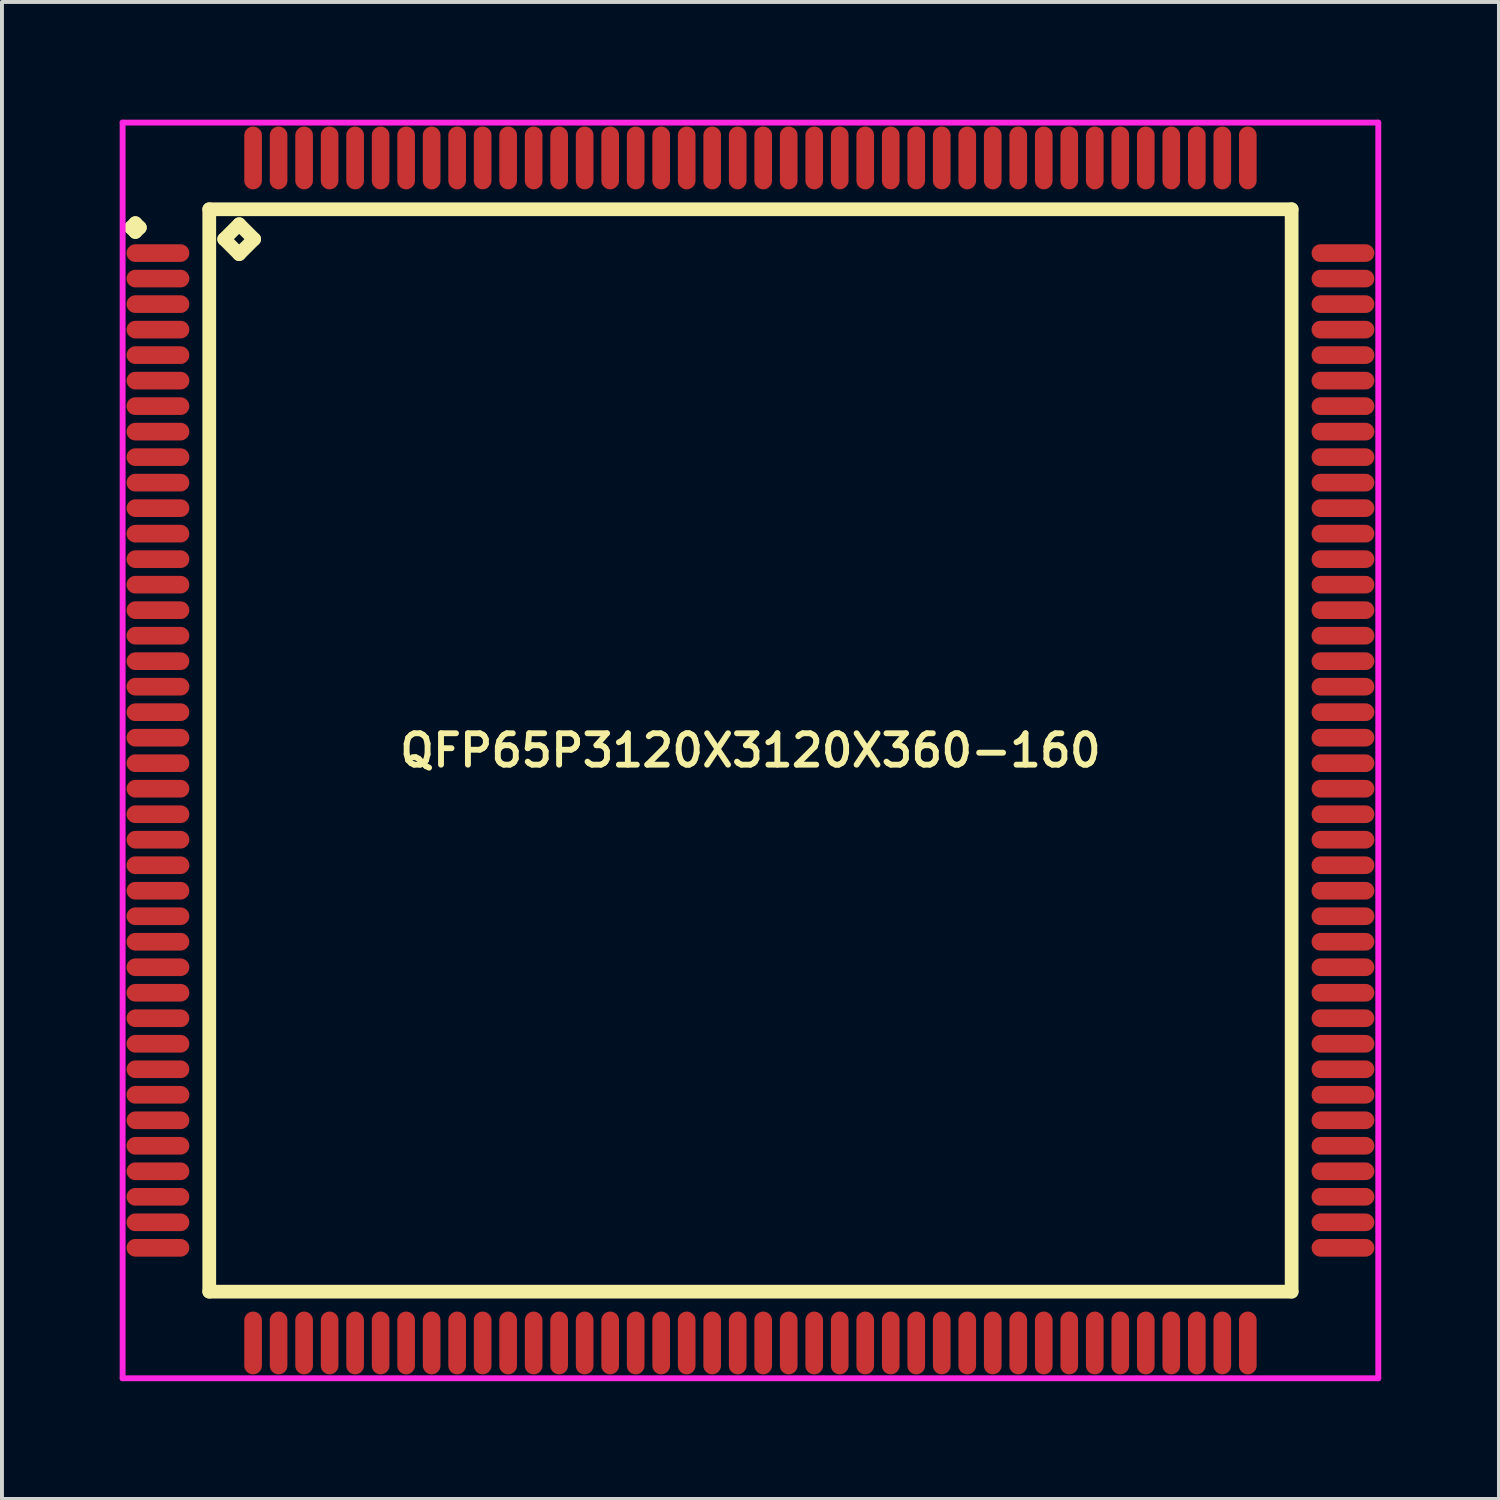
<source format=kicad_pcb>
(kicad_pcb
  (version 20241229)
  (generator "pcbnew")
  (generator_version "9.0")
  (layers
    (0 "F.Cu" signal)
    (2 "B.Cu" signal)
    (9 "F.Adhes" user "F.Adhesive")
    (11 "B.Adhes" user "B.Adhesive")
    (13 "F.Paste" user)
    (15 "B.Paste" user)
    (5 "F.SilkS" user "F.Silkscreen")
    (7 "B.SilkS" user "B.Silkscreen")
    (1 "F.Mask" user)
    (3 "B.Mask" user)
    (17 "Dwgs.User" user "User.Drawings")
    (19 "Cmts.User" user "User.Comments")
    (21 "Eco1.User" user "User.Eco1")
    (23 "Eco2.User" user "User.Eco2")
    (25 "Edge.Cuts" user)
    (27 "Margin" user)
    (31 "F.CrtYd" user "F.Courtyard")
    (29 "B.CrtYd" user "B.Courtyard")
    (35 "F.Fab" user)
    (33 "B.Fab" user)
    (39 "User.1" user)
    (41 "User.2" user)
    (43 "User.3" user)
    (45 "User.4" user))
  (footprint "QFP65P3120X3120X360-160"
    (layer "F.Cu")
    (at 16.075 16.075)
    (property "Reference" "QFP65P3120X3120X360-160" (at 0 0 0) (layer "F.SilkS") (effects (font (size 0.8 0.8) (thickness 0.15))))
    (attr smd)
    (fp_line (start -15.787 -13.325) (end -15.675 -13.438) (stroke (width 0.35) (type solid)) (layer "F.SilkS"))
    (fp_line (start -15.675 -13.438) (end -15.562 -13.325) (stroke (width 0.35) (type solid)) (layer "F.SilkS"))
    (fp_line (start -15.675 -13.213) (end -15.787 -13.325) (stroke (width 0.35) (type solid)) (layer "F.SilkS"))
    (fp_line (start -15.562 -13.325) (end -15.675 -13.213) (stroke (width 0.35) (type solid)) (layer "F.SilkS"))
    (fp_line (start -13.792 -13.792) (end -13.792 13.792) (stroke (width 0.35) (type solid)) (layer "F.SilkS"))
    (fp_line (start -13.792 13.792) (end 13.792 13.792) (stroke (width 0.35) (type solid)) (layer "F.SilkS"))
    (fp_line (start -13.411 -13.03) (end -13.03 -13.411) (stroke (width 0.35) (type solid)) (layer "F.SilkS"))
    (fp_line (start -13.03 -13.411) (end -12.649 -13.03) (stroke (width 0.35) (type solid)) (layer "F.SilkS"))
    (fp_line (start -13.03 -12.649) (end -13.411 -13.03) (stroke (width 0.35) (type solid)) (layer "F.SilkS"))
    (fp_line (start -12.649 -13.03) (end -13.03 -12.649) (stroke (width 0.35) (type solid)) (layer "F.SilkS"))
    (fp_line (start 13.792 -13.792) (end -13.792 -13.792) (stroke (width 0.35) (type solid)) (layer "F.SilkS"))
    (fp_line (start 13.792 13.792) (end 13.792 -13.792) (stroke (width 0.35) (type solid)) (layer "F.SilkS"))
    (fp_line (start -16 -16) (end 16 -16) (stroke (width 0.15) (type solid)) (layer "F.CrtYd"))
    (fp_line (start -16 16) (end -16 -16) (stroke (width 0.15) (type solid)) (layer "F.CrtYd"))
    (fp_line (start 16 -16) (end 16 16) (stroke (width 0.15) (type solid)) (layer "F.CrtYd"))
    (fp_line (start 16 16) (end -16 16) (stroke (width 0.15) (type solid)) (layer "F.CrtYd"))
    (pad "1" smd oval (at -15.1 -12.675) (size 1.6 0.45) (layers "F.Cu" "F.Mask" "F.Paste"))
    (pad "2" smd oval (at -15.1 -12.025) (size 1.6 0.45) (layers "F.Cu" "F.Mask" "F.Paste"))
    (pad "3" smd oval (at -15.1 -11.375) (size 1.6 0.45) (layers "F.Cu" "F.Mask" "F.Paste"))
    (pad "4" smd oval (at -15.1 -10.725) (size 1.6 0.45) (layers "F.Cu" "F.Mask" "F.Paste"))
    (pad "5" smd oval (at -15.1 -10.075) (size 1.6 0.45) (layers "F.Cu" "F.Mask" "F.Paste"))
    (pad "6" smd oval (at -15.1 -9.425) (size 1.6 0.45) (layers "F.Cu" "F.Mask" "F.Paste"))
    (pad "7" smd oval (at -15.1 -8.775) (size 1.6 0.45) (layers "F.Cu" "F.Mask" "F.Paste"))
    (pad "8" smd oval (at -15.1 -8.125) (size 1.6 0.45) (layers "F.Cu" "F.Mask" "F.Paste"))
    (pad "9" smd oval (at -15.1 -7.475) (size 1.6 0.45) (layers "F.Cu" "F.Mask" "F.Paste"))
    (pad "10" smd oval (at -15.1 -6.825) (size 1.6 0.45) (layers "F.Cu" "F.Mask" "F.Paste"))
    (pad "11" smd oval (at -15.1 -6.175) (size 1.6 0.45) (layers "F.Cu" "F.Mask" "F.Paste"))
    (pad "12" smd oval (at -15.1 -5.525) (size 1.6 0.45) (layers "F.Cu" "F.Mask" "F.Paste"))
    (pad "13" smd oval (at -15.1 -4.875) (size 1.6 0.45) (layers "F.Cu" "F.Mask" "F.Paste"))
    (pad "14" smd oval (at -15.1 -4.225) (size 1.6 0.45) (layers "F.Cu" "F.Mask" "F.Paste"))
    (pad "15" smd oval (at -15.1 -3.575) (size 1.6 0.45) (layers "F.Cu" "F.Mask" "F.Paste"))
    (pad "16" smd oval (at -15.1 -2.925) (size 1.6 0.45) (layers "F.Cu" "F.Mask" "F.Paste"))
    (pad "17" smd oval (at -15.1 -2.275) (size 1.6 0.45) (layers "F.Cu" "F.Mask" "F.Paste"))
    (pad "18" smd oval (at -15.1 -1.625) (size 1.6 0.45) (layers "F.Cu" "F.Mask" "F.Paste"))
    (pad "19" smd oval (at -15.1 -0.975) (size 1.6 0.45) (layers "F.Cu" "F.Mask" "F.Paste"))
    (pad "20" smd oval (at -15.1 -0.325) (size 1.6 0.45) (layers "F.Cu" "F.Mask" "F.Paste"))
    (pad "21" smd oval (at -15.1 0.325) (size 1.6 0.45) (layers "F.Cu" "F.Mask" "F.Paste"))
    (pad "22" smd oval (at -15.1 0.975) (size 1.6 0.45) (layers "F.Cu" "F.Mask" "F.Paste"))
    (pad "23" smd oval (at -15.1 1.625) (size 1.6 0.45) (layers "F.Cu" "F.Mask" "F.Paste"))
    (pad "24" smd oval (at -15.1 2.275) (size 1.6 0.45) (layers "F.Cu" "F.Mask" "F.Paste"))
    (pad "25" smd oval (at -15.1 2.925) (size 1.6 0.45) (layers "F.Cu" "F.Mask" "F.Paste"))
    (pad "26" smd oval (at -15.1 3.575) (size 1.6 0.45) (layers "F.Cu" "F.Mask" "F.Paste"))
    (pad "27" smd oval (at -15.1 4.225) (size 1.6 0.45) (layers "F.Cu" "F.Mask" "F.Paste"))
    (pad "28" smd oval (at -15.1 4.875) (size 1.6 0.45) (layers "F.Cu" "F.Mask" "F.Paste"))
    (pad "29" smd oval (at -15.1 5.525) (size 1.6 0.45) (layers "F.Cu" "F.Mask" "F.Paste"))
    (pad "30" smd oval (at -15.1 6.175) (size 1.6 0.45) (layers "F.Cu" "F.Mask" "F.Paste"))
    (pad "31" smd oval (at -15.1 6.825) (size 1.6 0.45) (layers "F.Cu" "F.Mask" "F.Paste"))
    (pad "32" smd oval (at -15.1 7.475) (size 1.6 0.45) (layers "F.Cu" "F.Mask" "F.Paste"))
    (pad "33" smd oval (at -15.1 8.125) (size 1.6 0.45) (layers "F.Cu" "F.Mask" "F.Paste"))
    (pad "34" smd oval (at -15.1 8.775) (size 1.6 0.45) (layers "F.Cu" "F.Mask" "F.Paste"))
    (pad "35" smd oval (at -15.1 9.425) (size 1.6 0.45) (layers "F.Cu" "F.Mask" "F.Paste"))
    (pad "36" smd oval (at -15.1 10.075) (size 1.6 0.45) (layers "F.Cu" "F.Mask" "F.Paste"))
    (pad "37" smd oval (at -15.1 10.725) (size 1.6 0.45) (layers "F.Cu" "F.Mask" "F.Paste"))
    (pad "38" smd oval (at -15.1 11.375) (size 1.6 0.45) (layers "F.Cu" "F.Mask" "F.Paste"))
    (pad "39" smd oval (at -15.1 12.025) (size 1.6 0.45) (layers "F.Cu" "F.Mask" "F.Paste"))
    (pad "40" smd oval (at -15.1 12.675) (size 1.6 0.45) (layers "F.Cu" "F.Mask" "F.Paste"))
    (pad "41" smd oval (at -12.675 15.1) (size 0.45 1.6) (layers "F.Cu" "F.Mask" "F.Paste"))
    (pad "42" smd oval (at -12.025 15.1) (size 0.45 1.6) (layers "F.Cu" "F.Mask" "F.Paste"))
    (pad "43" smd oval (at -11.375 15.1) (size 0.45 1.6) (layers "F.Cu" "F.Mask" "F.Paste"))
    (pad "44" smd oval (at -10.725 15.1) (size 0.45 1.6) (layers "F.Cu" "F.Mask" "F.Paste"))
    (pad "45" smd oval (at -10.075 15.1) (size 0.45 1.6) (layers "F.Cu" "F.Mask" "F.Paste"))
    (pad "46" smd oval (at -9.425 15.1) (size 0.45 1.6) (layers "F.Cu" "F.Mask" "F.Paste"))
    (pad "47" smd oval (at -8.775 15.1) (size 0.45 1.6) (layers "F.Cu" "F.Mask" "F.Paste"))
    (pad "48" smd oval (at -8.125 15.1) (size 0.45 1.6) (layers "F.Cu" "F.Mask" "F.Paste"))
    (pad "49" smd oval (at -7.475 15.1) (size 0.45 1.6) (layers "F.Cu" "F.Mask" "F.Paste"))
    (pad "50" smd oval (at -6.825 15.1) (size 0.45 1.6) (layers "F.Cu" "F.Mask" "F.Paste"))
    (pad "51" smd oval (at -6.175 15.1) (size 0.45 1.6) (layers "F.Cu" "F.Mask" "F.Paste"))
    (pad "52" smd oval (at -5.525 15.1) (size 0.45 1.6) (layers "F.Cu" "F.Mask" "F.Paste"))
    (pad "53" smd oval (at -4.875 15.1) (size 0.45 1.6) (layers "F.Cu" "F.Mask" "F.Paste"))
    (pad "54" smd oval (at -4.225 15.1) (size 0.45 1.6) (layers "F.Cu" "F.Mask" "F.Paste"))
    (pad "55" smd oval (at -3.575 15.1) (size 0.45 1.6) (layers "F.Cu" "F.Mask" "F.Paste"))
    (pad "56" smd oval (at -2.925 15.1) (size 0.45 1.6) (layers "F.Cu" "F.Mask" "F.Paste"))
    (pad "57" smd oval (at -2.275 15.1) (size 0.45 1.6) (layers "F.Cu" "F.Mask" "F.Paste"))
    (pad "58" smd oval (at -1.625 15.1) (size 0.45 1.6) (layers "F.Cu" "F.Mask" "F.Paste"))
    (pad "59" smd oval (at -0.975 15.1) (size 0.45 1.6) (layers "F.Cu" "F.Mask" "F.Paste"))
    (pad "60" smd oval (at -0.325 15.1) (size 0.45 1.6) (layers "F.Cu" "F.Mask" "F.Paste"))
    (pad "61" smd oval (at 0.325 15.1) (size 0.45 1.6) (layers "F.Cu" "F.Mask" "F.Paste"))
    (pad "62" smd oval (at 0.975 15.1) (size 0.45 1.6) (layers "F.Cu" "F.Mask" "F.Paste"))
    (pad "63" smd oval (at 1.625 15.1) (size 0.45 1.6) (layers "F.Cu" "F.Mask" "F.Paste"))
    (pad "64" smd oval (at 2.275 15.1) (size 0.45 1.6) (layers "F.Cu" "F.Mask" "F.Paste"))
    (pad "65" smd oval (at 2.925 15.1) (size 0.45 1.6) (layers "F.Cu" "F.Mask" "F.Paste"))
    (pad "66" smd oval (at 3.575 15.1) (size 0.45 1.6) (layers "F.Cu" "F.Mask" "F.Paste"))
    (pad "67" smd oval (at 4.225 15.1) (size 0.45 1.6) (layers "F.Cu" "F.Mask" "F.Paste"))
    (pad "68" smd oval (at 4.875 15.1) (size 0.45 1.6) (layers "F.Cu" "F.Mask" "F.Paste"))
    (pad "69" smd oval (at 5.525 15.1) (size 0.45 1.6) (layers "F.Cu" "F.Mask" "F.Paste"))
    (pad "70" smd oval (at 6.175 15.1) (size 0.45 1.6) (layers "F.Cu" "F.Mask" "F.Paste"))
    (pad "71" smd oval (at 6.825 15.1) (size 0.45 1.6) (layers "F.Cu" "F.Mask" "F.Paste"))
    (pad "72" smd oval (at 7.475 15.1) (size 0.45 1.6) (layers "F.Cu" "F.Mask" "F.Paste"))
    (pad "73" smd oval (at 8.125 15.1) (size 0.45 1.6) (layers "F.Cu" "F.Mask" "F.Paste"))
    (pad "74" smd oval (at 8.775 15.1) (size 0.45 1.6) (layers "F.Cu" "F.Mask" "F.Paste"))
    (pad "75" smd oval (at 9.425 15.1) (size 0.45 1.6) (layers "F.Cu" "F.Mask" "F.Paste"))
    (pad "76" smd oval (at 10.075 15.1) (size 0.45 1.6) (layers "F.Cu" "F.Mask" "F.Paste"))
    (pad "77" smd oval (at 10.725 15.1) (size 0.45 1.6) (layers "F.Cu" "F.Mask" "F.Paste"))
    (pad "78" smd oval (at 11.375 15.1) (size 0.45 1.6) (layers "F.Cu" "F.Mask" "F.Paste"))
    (pad "79" smd oval (at 12.025 15.1) (size 0.45 1.6) (layers "F.Cu" "F.Mask" "F.Paste"))
    (pad "80" smd oval (at 12.675 15.1) (size 0.45 1.6) (layers "F.Cu" "F.Mask" "F.Paste"))
    (pad "81" smd oval (at 15.1 12.675) (size 1.6 0.45) (layers "F.Cu" "F.Mask" "F.Paste"))
    (pad "82" smd oval (at 15.1 12.025) (size 1.6 0.45) (layers "F.Cu" "F.Mask" "F.Paste"))
    (pad "83" smd oval (at 15.1 11.375) (size 1.6 0.45) (layers "F.Cu" "F.Mask" "F.Paste"))
    (pad "84" smd oval (at 15.1 10.725) (size 1.6 0.45) (layers "F.Cu" "F.Mask" "F.Paste"))
    (pad "85" smd oval (at 15.1 10.075) (size 1.6 0.45) (layers "F.Cu" "F.Mask" "F.Paste"))
    (pad "86" smd oval (at 15.1 9.425) (size 1.6 0.45) (layers "F.Cu" "F.Mask" "F.Paste"))
    (pad "87" smd oval (at 15.1 8.775) (size 1.6 0.45) (layers "F.Cu" "F.Mask" "F.Paste"))
    (pad "88" smd oval (at 15.1 8.125) (size 1.6 0.45) (layers "F.Cu" "F.Mask" "F.Paste"))
    (pad "89" smd oval (at 15.1 7.475) (size 1.6 0.45) (layers "F.Cu" "F.Mask" "F.Paste"))
    (pad "90" smd oval (at 15.1 6.825) (size 1.6 0.45) (layers "F.Cu" "F.Mask" "F.Paste"))
    (pad "91" smd oval (at 15.1 6.175) (size 1.6 0.45) (layers "F.Cu" "F.Mask" "F.Paste"))
    (pad "92" smd oval (at 15.1 5.525) (size 1.6 0.45) (layers "F.Cu" "F.Mask" "F.Paste"))
    (pad "93" smd oval (at 15.1 4.875) (size 1.6 0.45) (layers "F.Cu" "F.Mask" "F.Paste"))
    (pad "94" smd oval (at 15.1 4.225) (size 1.6 0.45) (layers "F.Cu" "F.Mask" "F.Paste"))
    (pad "95" smd oval (at 15.1 3.575) (size 1.6 0.45) (layers "F.Cu" "F.Mask" "F.Paste"))
    (pad "96" smd oval (at 15.1 2.925) (size 1.6 0.45) (layers "F.Cu" "F.Mask" "F.Paste"))
    (pad "97" smd oval (at 15.1 2.275) (size 1.6 0.45) (layers "F.Cu" "F.Mask" "F.Paste"))
    (pad "98" smd oval (at 15.1 1.625) (size 1.6 0.45) (layers "F.Cu" "F.Mask" "F.Paste"))
    (pad "99" smd oval (at 15.1 0.975) (size 1.6 0.45) (layers "F.Cu" "F.Mask" "F.Paste"))
    (pad "100" smd oval (at 15.1 0.325) (size 1.6 0.45) (layers "F.Cu" "F.Mask" "F.Paste"))
    (pad "101" smd oval (at 15.1 -0.325) (size 1.6 0.45) (layers "F.Cu" "F.Mask" "F.Paste"))
    (pad "102" smd oval (at 15.1 -0.975) (size 1.6 0.45) (layers "F.Cu" "F.Mask" "F.Paste"))
    (pad "103" smd oval (at 15.1 -1.625) (size 1.6 0.45) (layers "F.Cu" "F.Mask" "F.Paste"))
    (pad "104" smd oval (at 15.1 -2.275) (size 1.6 0.45) (layers "F.Cu" "F.Mask" "F.Paste"))
    (pad "105" smd oval (at 15.1 -2.925) (size 1.6 0.45) (layers "F.Cu" "F.Mask" "F.Paste"))
    (pad "106" smd oval (at 15.1 -3.575) (size 1.6 0.45) (layers "F.Cu" "F.Mask" "F.Paste"))
    (pad "107" smd oval (at 15.1 -4.225) (size 1.6 0.45) (layers "F.Cu" "F.Mask" "F.Paste"))
    (pad "108" smd oval (at 15.1 -4.875) (size 1.6 0.45) (layers "F.Cu" "F.Mask" "F.Paste"))
    (pad "109" smd oval (at 15.1 -5.525) (size 1.6 0.45) (layers "F.Cu" "F.Mask" "F.Paste"))
    (pad "110" smd oval (at 15.1 -6.175) (size 1.6 0.45) (layers "F.Cu" "F.Mask" "F.Paste"))
    (pad "111" smd oval (at 15.1 -6.825) (size 1.6 0.45) (layers "F.Cu" "F.Mask" "F.Paste"))
    (pad "112" smd oval (at 15.1 -7.475) (size 1.6 0.45) (layers "F.Cu" "F.Mask" "F.Paste"))
    (pad "113" smd oval (at 15.1 -8.125) (size 1.6 0.45) (layers "F.Cu" "F.Mask" "F.Paste"))
    (pad "114" smd oval (at 15.1 -8.775) (size 1.6 0.45) (layers "F.Cu" "F.Mask" "F.Paste"))
    (pad "115" smd oval (at 15.1 -9.425) (size 1.6 0.45) (layers "F.Cu" "F.Mask" "F.Paste"))
    (pad "116" smd oval (at 15.1 -10.075) (size 1.6 0.45) (layers "F.Cu" "F.Mask" "F.Paste"))
    (pad "117" smd oval (at 15.1 -10.725) (size 1.6 0.45) (layers "F.Cu" "F.Mask" "F.Paste"))
    (pad "118" smd oval (at 15.1 -11.375) (size 1.6 0.45) (layers "F.Cu" "F.Mask" "F.Paste"))
    (pad "119" smd oval (at 15.1 -12.025) (size 1.6 0.45) (layers "F.Cu" "F.Mask" "F.Paste"))
    (pad "120" smd oval (at 15.1 -12.675) (size 1.6 0.45) (layers "F.Cu" "F.Mask" "F.Paste"))
    (pad "121" smd oval (at 12.675 -15.1) (size 0.45 1.6) (layers "F.Cu" "F.Mask" "F.Paste"))
    (pad "122" smd oval (at 12.025 -15.1) (size 0.45 1.6) (layers "F.Cu" "F.Mask" "F.Paste"))
    (pad "123" smd oval (at 11.375 -15.1) (size 0.45 1.6) (layers "F.Cu" "F.Mask" "F.Paste"))
    (pad "124" smd oval (at 10.725 -15.1) (size 0.45 1.6) (layers "F.Cu" "F.Mask" "F.Paste"))
    (pad "125" smd oval (at 10.075 -15.1) (size 0.45 1.6) (layers "F.Cu" "F.Mask" "F.Paste"))
    (pad "126" smd oval (at 9.425 -15.1) (size 0.45 1.6) (layers "F.Cu" "F.Mask" "F.Paste"))
    (pad "127" smd oval (at 8.775 -15.1) (size 0.45 1.6) (layers "F.Cu" "F.Mask" "F.Paste"))
    (pad "128" smd oval (at 8.125 -15.1) (size 0.45 1.6) (layers "F.Cu" "F.Mask" "F.Paste"))
    (pad "129" smd oval (at 7.475 -15.1) (size 0.45 1.6) (layers "F.Cu" "F.Mask" "F.Paste"))
    (pad "130" smd oval (at 6.825 -15.1) (size 0.45 1.6) (layers "F.Cu" "F.Mask" "F.Paste"))
    (pad "131" smd oval (at 6.175 -15.1) (size 0.45 1.6) (layers "F.Cu" "F.Mask" "F.Paste"))
    (pad "132" smd oval (at 5.525 -15.1) (size 0.45 1.6) (layers "F.Cu" "F.Mask" "F.Paste"))
    (pad "133" smd oval (at 4.875 -15.1) (size 0.45 1.6) (layers "F.Cu" "F.Mask" "F.Paste"))
    (pad "134" smd oval (at 4.225 -15.1) (size 0.45 1.6) (layers "F.Cu" "F.Mask" "F.Paste"))
    (pad "135" smd oval (at 3.575 -15.1) (size 0.45 1.6) (layers "F.Cu" "F.Mask" "F.Paste"))
    (pad "136" smd oval (at 2.925 -15.1) (size 0.45 1.6) (layers "F.Cu" "F.Mask" "F.Paste"))
    (pad "137" smd oval (at 2.275 -15.1) (size 0.45 1.6) (layers "F.Cu" "F.Mask" "F.Paste"))
    (pad "138" smd oval (at 1.625 -15.1) (size 0.45 1.6) (layers "F.Cu" "F.Mask" "F.Paste"))
    (pad "139" smd oval (at 0.975 -15.1) (size 0.45 1.6) (layers "F.Cu" "F.Mask" "F.Paste"))
    (pad "140" smd oval (at 0.325 -15.1) (size 0.45 1.6) (layers "F.Cu" "F.Mask" "F.Paste"))
    (pad "141" smd oval (at -0.325 -15.1) (size 0.45 1.6) (layers "F.Cu" "F.Mask" "F.Paste"))
    (pad "142" smd oval (at -0.975 -15.1) (size 0.45 1.6) (layers "F.Cu" "F.Mask" "F.Paste"))
    (pad "143" smd oval (at -1.625 -15.1) (size 0.45 1.6) (layers "F.Cu" "F.Mask" "F.Paste"))
    (pad "144" smd oval (at -2.275 -15.1) (size 0.45 1.6) (layers "F.Cu" "F.Mask" "F.Paste"))
    (pad "145" smd oval (at -2.925 -15.1) (size 0.45 1.6) (layers "F.Cu" "F.Mask" "F.Paste"))
    (pad "146" smd oval (at -3.575 -15.1) (size 0.45 1.6) (layers "F.Cu" "F.Mask" "F.Paste"))
    (pad "147" smd oval (at -4.225 -15.1) (size 0.45 1.6) (layers "F.Cu" "F.Mask" "F.Paste"))
    (pad "148" smd oval (at -4.875 -15.1) (size 0.45 1.6) (layers "F.Cu" "F.Mask" "F.Paste"))
    (pad "149" smd oval (at -5.525 -15.1) (size 0.45 1.6) (layers "F.Cu" "F.Mask" "F.Paste"))
    (pad "150" smd oval (at -6.175 -15.1) (size 0.45 1.6) (layers "F.Cu" "F.Mask" "F.Paste"))
    (pad "151" smd oval (at -6.825 -15.1) (size 0.45 1.6) (layers "F.Cu" "F.Mask" "F.Paste"))
    (pad "152" smd oval (at -7.475 -15.1) (size 0.45 1.6) (layers "F.Cu" "F.Mask" "F.Paste"))
    (pad "153" smd oval (at -8.125 -15.1) (size 0.45 1.6) (layers "F.Cu" "F.Mask" "F.Paste"))
    (pad "154" smd oval (at -8.775 -15.1) (size 0.45 1.6) (layers "F.Cu" "F.Mask" "F.Paste"))
    (pad "155" smd oval (at -9.425 -15.1) (size 0.45 1.6) (layers "F.Cu" "F.Mask" "F.Paste"))
    (pad "156" smd oval (at -10.075 -15.1) (size 0.45 1.6) (layers "F.Cu" "F.Mask" "F.Paste"))
    (pad "157" smd oval (at -10.725 -15.1) (size 0.45 1.6) (layers "F.Cu" "F.Mask" "F.Paste"))
    (pad "158" smd oval (at -11.375 -15.1) (size 0.45 1.6) (layers "F.Cu" "F.Mask" "F.Paste"))
    (pad "159" smd oval (at -12.025 -15.1) (size 0.45 1.6) (layers "F.Cu" "F.Mask" "F.Paste"))
    (pad "160" smd oval (at -12.675 -15.1) (size 0.45 1.6) (layers "F.Cu" "F.Mask" "F.Paste")))
  (gr_rect
    (start -3 -3)
    (end 35.15 35.15)
    (stroke (width 0.1) (type default))
    (fill no)
    (layer "Edge.Cuts")))
</source>
